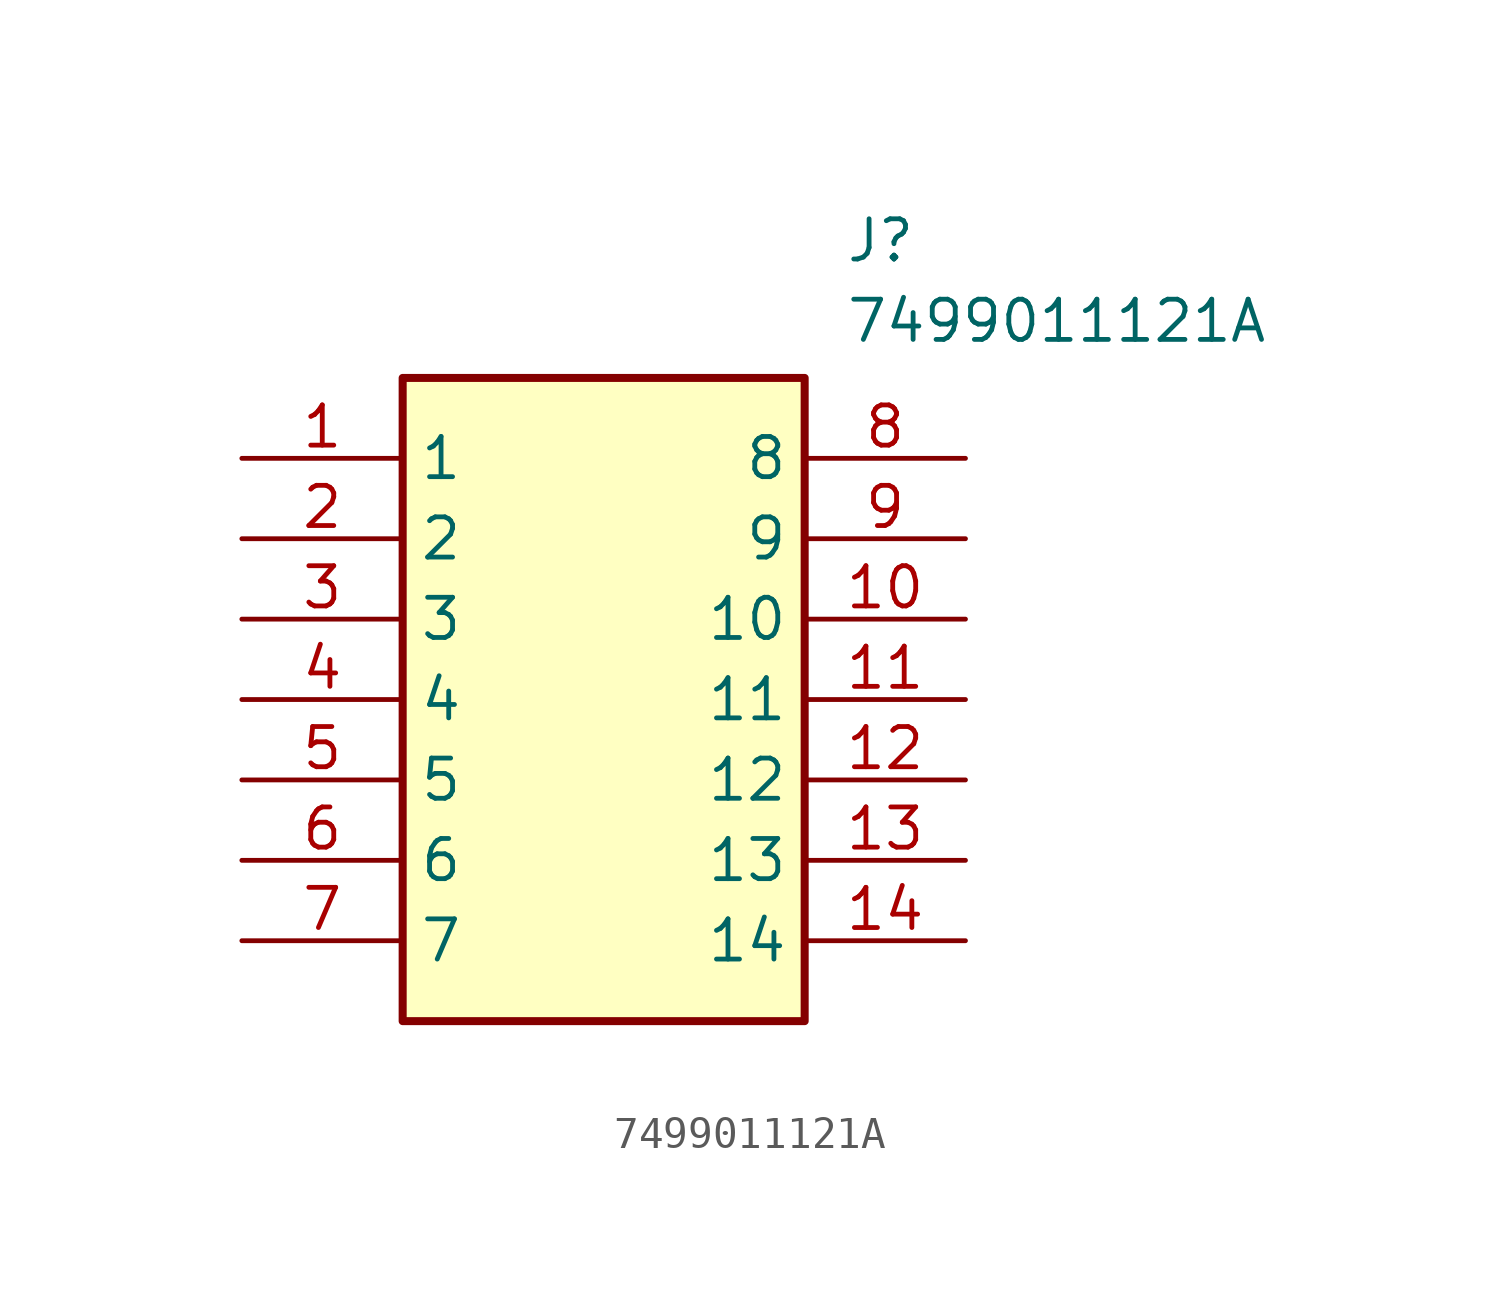
<source format=kicad_sym>
(kicad_symbol_lib
  (version 20211014)
  (generator SamacSys_ECAD_Model)
  (symbol "7499011121A"
    (property "Reference" "J"
      (at 19.05 7.62 0)
      (effects (font (size 1.27 1.27)) (justify left top)))
    (property "Value" "7499011121A"
      (at 19.05 5.08 0)
      (effects (font (size 1.27 1.27)) (justify left top)))
    (rectangle
      (start 5.08 2.54)
      (end 17.78 -17.78)
      (stroke (width 0.254) (type default))
      (fill (type background)))
    (pin passive line
      (at 0 0 0)
      (length 5.08)
      (name "1" (effects (font (size 1.27 1.27))))
      (number "1" (effects (font (size 1.27 1.27)))))
    (pin passive line
      (at 0 -2.54 0)
      (length 5.08)
      (name "2" (effects (font (size 1.27 1.27))))
      (number "2" (effects (font (size 1.27 1.27)))))
    (pin passive line
      (at 0 -5.08 0)
      (length 5.08)
      (name "3" (effects (font (size 1.27 1.27))))
      (number "3" (effects (font (size 1.27 1.27)))))
    (pin passive line
      (at 0 -7.62 0)
      (length 5.08)
      (name "4" (effects (font (size 1.27 1.27))))
      (number "4" (effects (font (size 1.27 1.27)))))
    (pin passive line
      (at 0 -10.16 0)
      (length 5.08)
      (name "5" (effects (font (size 1.27 1.27))))
      (number "5" (effects (font (size 1.27 1.27)))))
    (pin passive line
      (at 0 -12.7 0)
      (length 5.08)
      (name "6" (effects (font (size 1.27 1.27))))
      (number "6" (effects (font (size 1.27 1.27)))))
    (pin passive line
      (at 0 -15.24 0)
      (length 5.08)
      (name "7" (effects (font (size 1.27 1.27))))
      (number "7" (effects (font (size 1.27 1.27)))))
    (pin passive line
      (at 22.86 0 180)
      (length 5.08)
      (name "8" (effects (font (size 1.27 1.27))))
      (number "8" (effects (font (size 1.27 1.27)))))
    (pin passive line
      (at 22.86 -2.54 180)
      (length 5.08)
      (name "9" (effects (font (size 1.27 1.27))))
      (number "9" (effects (font (size 1.27 1.27)))))
    (pin passive line
      (at 22.86 -5.08 180)
      (length 5.08)
      (name "10" (effects (font (size 1.27 1.27))))
      (number "10" (effects (font (size 1.27 1.27)))))
    (pin passive line
      (at 22.86 -7.62 180)
      (length 5.08)
      (name "11" (effects (font (size 1.27 1.27))))
      (number "11" (effects (font (size 1.27 1.27)))))
    (pin passive line
      (at 22.86 -10.16 180)
      (length 5.08)
      (name "12" (effects (font (size 1.27 1.27))))
      (number "12" (effects (font (size 1.27 1.27)))))
    (pin passive line
      (at 22.86 -12.7 180)
      (length 5.08)
      (name "13" (effects (font (size 1.27 1.27))))
      (number "13" (effects (font (size 1.27 1.27)))))
    (pin passive line
      (at 22.86 -15.24 180)
      (length 5.08)
      (name "14" (effects (font (size 1.27 1.27))))
      (number "14" (effects (font (size 1.27 1.27)))))))
</source>
